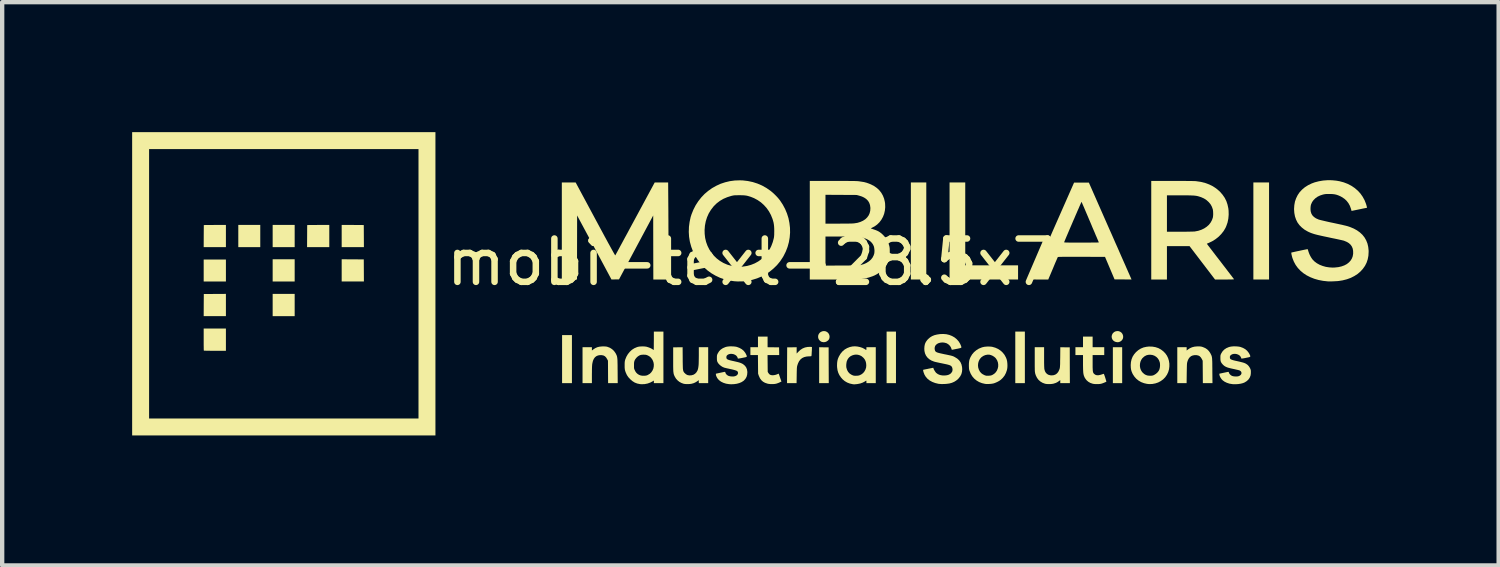
<source format=kicad_pcb>
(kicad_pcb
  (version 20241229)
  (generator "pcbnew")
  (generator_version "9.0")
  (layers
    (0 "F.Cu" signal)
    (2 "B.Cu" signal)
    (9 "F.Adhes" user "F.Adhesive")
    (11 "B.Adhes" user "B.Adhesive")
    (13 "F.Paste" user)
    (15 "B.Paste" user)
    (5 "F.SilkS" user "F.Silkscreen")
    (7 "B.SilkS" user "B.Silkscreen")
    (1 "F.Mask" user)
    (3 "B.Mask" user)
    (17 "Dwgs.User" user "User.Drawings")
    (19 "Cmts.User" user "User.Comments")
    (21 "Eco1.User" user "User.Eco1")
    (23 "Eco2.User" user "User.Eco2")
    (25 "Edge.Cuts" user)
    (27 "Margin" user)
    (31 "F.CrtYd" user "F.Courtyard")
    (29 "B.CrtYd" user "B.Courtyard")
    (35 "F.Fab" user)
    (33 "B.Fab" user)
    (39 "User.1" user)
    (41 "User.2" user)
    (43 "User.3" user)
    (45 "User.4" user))
  (footprint "mobi-text-28.5x7"
    (layer "F.Cu")
    (at 14.269 3.5)
    (property "Reference" "mobi-text-28.5x7" (at 0 -0.5 0) (unlocked yes) (layer "F.SilkS") (effects (font (size 1 1) (thickness 0.15))))
    (attr smd)
    (fp_poly (pts (xy -12.105 -0.053) (xy -12.618 -0.053) (xy -12.618 -0.56) (xy -12.105 -0.56)) (stroke (width 0) (type solid)) (fill yes) (layer "F.SilkS"))
    (fp_poly (pts (xy -11.312 -0.846) (xy -11.819 -0.846) (xy -11.819 -1.359) (xy -11.312 -1.359)) (stroke (width 0) (type solid)) (fill yes) (layer "F.SilkS"))
    (fp_poly (pts (xy -10.518 -0.846) (xy -11.026 -0.846) (xy -11.026 -1.359) (xy -10.518 -1.359)) (stroke (width 0) (type solid)) (fill yes) (layer "F.SilkS"))
    (fp_poly (pts (xy -10.518 -0.053) (xy -11.026 -0.053) (xy -11.026 -0.566) (xy -10.518 -0.566)) (stroke (width 0) (type solid)) (fill yes) (layer "F.SilkS"))
    (fp_poly (pts (xy -10.518 0.747) (xy -11.026 0.747) (xy -11.026 0.233) (xy -10.518 0.233)) (stroke (width 0) (type solid)) (fill yes) (layer "F.SilkS"))
    (fp_poly (pts (xy -8.923 -0.563) (xy -8.92 -0.053) (xy -9.433 -0.053) (xy -9.433 -0.566)) (stroke (width 0) (type solid)) (fill yes) (layer "F.SilkS"))
    (fp_poly (pts (xy -4.119 2.293) (xy -4.346 2.293) (xy -4.346 1.184) (xy -4.119 1.184)) (stroke (width 0) (type solid)) (fill yes) (layer "F.SilkS"))
    (fp_poly (pts (xy 3.36 2.293) (xy 3.144 2.293) (xy 3.144 1.103) (xy 3.36 1.103)) (stroke (width 0) (type solid)) (fill yes) (layer "F.SilkS"))
    (fp_poly (pts (xy 4.06 -0.099) (xy 3.704 -0.099) (xy 3.704 -2.339) (xy 4.06 -2.339)) (stroke (width 0) (type solid)) (fill yes) (layer "F.SilkS"))
    (fp_poly (pts (xy 6.335 2.293) (xy 6.114 2.293) (xy 6.114 1.103) (xy 6.335 1.103)) (stroke (width 0) (type solid)) (fill yes) (layer "F.SilkS"))
    (fp_poly (pts (xy 8.581 2.293) (xy 8.366 2.293) (xy 8.366 1.464) (xy 8.581 1.464)) (stroke (width 0) (type solid)) (fill yes) (layer "F.SilkS"))
    (fp_poly (pts (xy 11.971 -0.099) (xy 11.609 -0.099) (xy 11.609 -2.339) (xy 11.971 -2.339)) (stroke (width 0) (type solid)) (fill yes) (layer "F.SilkS"))
    (fp_poly (pts (xy -12.105 0.747) (xy -12.618 0.747) (xy -12.617 0.491) (xy -12.615 0.236) (xy -12.105 0.233)) (stroke (width 0) (type solid)) (fill yes) (layer "F.SilkS"))
    (fp_poly (pts (xy -9.719 -0.846) (xy -10.232 -0.846) (xy -10.229 -1.356) (xy -9.974 -1.358) (xy -9.719 -1.359)) (stroke (width 0) (type solid)) (fill yes) (layer "F.SilkS"))
    (fp_poly (pts (xy -9.178 -1.358) (xy -8.923 -1.356) (xy -8.92 -0.846) (xy -9.433 -0.846) (xy -9.433 -1.359)) (stroke (width 0) (type solid)) (fill yes) (layer "F.SilkS"))
    (fp_poly (pts (xy -12.105 -0.846) (xy -12.618 -0.846) (xy -12.617 -1.101) (xy -12.615 -1.356) (xy -12.36 -1.358) (xy -12.105 -1.359)) (stroke (width 0) (type solid)) (fill yes) (layer "F.SilkS"))
    (fp_poly (pts (xy 1.696 1.466) (xy 1.806 1.467) (xy 1.807 1.88) (xy 1.809 2.293) (xy 1.587 2.293) (xy 1.587 1.464)) (stroke (width 0) (type solid)) (fill yes) (layer "F.SilkS"))
    (fp_poly (pts (xy 4.959 -0.426) (xy 6.178 -0.426) (xy 6.178 -0.099) (xy 4.597 -0.099) (xy 4.597 -2.339) (xy 4.959 -2.339)) (stroke (width 0) (type solid)) (fill yes) (layer "F.SilkS"))
    (fp_poly (pts (xy -7.269 3.5) (xy -14.269 3.5) (xy -14.269 3.109) (xy -13.878 3.109) (xy -7.66 3.109) (xy -7.66 -3.109) (xy -13.878 -3.109) (xy -13.878 3.109) (xy -14.269 3.109) (xy -14.269 -3.5) (xy -7.269 -3.5)) (stroke (width 0) (type solid)) (fill yes) (layer "F.SilkS"))
    (fp_poly (pts (xy -12.105 1.546) (xy -12.358 1.546) (xy -12.411 1.546) (xy -12.461 1.546) (xy -12.505 1.545) (xy -12.544 1.545) (xy -12.575 1.544) (xy -12.598 1.543) (xy -12.612 1.543) (xy -12.614 1.542) (xy -12.615 1.536) (xy -12.616 1.519) (xy -12.617 1.492) (xy -12.617 1.458) (xy -12.618 1.417) (xy -12.618 1.371) (xy -12.618 1.32) (xy -12.618 1.285) (xy -12.618 1.033) (xy -12.105 1.033)) (stroke (width 0) (type solid)) (fill yes) (layer "F.SilkS"))
    (fp_poly (pts (xy 8.5 1.093) (xy 8.533 1.105) (xy 8.562 1.125) (xy 8.585 1.154) (xy 8.59 1.163) (xy 8.602 1.198) (xy 8.604 1.233) (xy 8.597 1.265) (xy 8.582 1.293) (xy 8.56 1.317) (xy 8.532 1.335) (xy 8.501 1.346) (xy 8.466 1.348) (xy 8.43 1.341) (xy 8.407 1.332) (xy 8.377 1.311) (xy 8.355 1.284) (xy 8.342 1.252) (xy 8.338 1.218) (xy 8.344 1.183) (xy 8.36 1.15) (xy 8.37 1.137) (xy 8.398 1.112) (xy 8.431 1.097) (xy 8.465 1.091)) (stroke (width 0) (type solid)) (fill yes) (layer "F.SilkS"))
    (fp_poly (pts (xy 1.731 1.095) (xy 1.762 1.108) (xy 1.789 1.128) (xy 1.81 1.155) (xy 1.823 1.186) (xy 1.828 1.222) (xy 1.825 1.248) (xy 1.819 1.27) (xy 1.81 1.287) (xy 1.795 1.305) (xy 1.792 1.308) (xy 1.76 1.331) (xy 1.724 1.345) (xy 1.684 1.348) (xy 1.648 1.341) (xy 1.625 1.33) (xy 1.602 1.311) (xy 1.583 1.289) (xy 1.572 1.269) (xy 1.563 1.232) (xy 1.565 1.195) (xy 1.577 1.161) (xy 1.599 1.132) (xy 1.625 1.111) (xy 1.661 1.096) (xy 1.697 1.091)) (stroke (width 0) (type solid)) (fill yes) (layer "F.SilkS"))
    (fp_poly (pts (xy 1.385 1.456) (xy 1.405 1.457) (xy 1.417 1.458) (xy 1.42 1.459) (xy 1.421 1.465) (xy 1.42 1.481) (xy 1.42 1.504) (xy 1.419 1.532) (xy 1.417 1.562) (xy 1.415 1.592) (xy 1.414 1.62) (xy 1.412 1.643) (xy 1.41 1.66) (xy 1.409 1.667) (xy 1.403 1.671) (xy 1.387 1.673) (xy 1.361 1.674) (xy 1.355 1.674) (xy 1.294 1.679) (xy 1.241 1.692) (xy 1.195 1.714) (xy 1.156 1.746) (xy 1.124 1.787) (xy 1.099 1.838) (xy 1.084 1.883) (xy 1.08 1.897) (xy 1.077 1.911) (xy 1.075 1.927) (xy 1.073 1.947) (xy 1.072 1.971) (xy 1.071 2.002) (xy 1.07 2.041) (xy 1.069 2.089) (xy 1.069 2.11) (xy 1.066 2.293) (xy 0.846 2.293) (xy 0.847 1.88) (xy 0.849 1.467) (xy 0.958 1.466) (xy 1.068 1.464) (xy 1.068 1.61) (xy 1.108 1.568) (xy 1.156 1.524) (xy 1.206 1.492) (xy 1.26 1.47) (xy 1.319 1.458) (xy 1.36 1.456)) (stroke (width 0) (type solid)) (fill yes) (layer "F.SilkS"))
    (fp_poly (pts (xy 0.397 1.464) (xy 0.662 1.467) (xy 0.664 1.556) (xy 0.665 1.645) (xy 0.396 1.645) (xy 0.398 1.839) (xy 0.4 2.033) (xy 0.416 2.06) (xy 0.437 2.087) (xy 0.466 2.104) (xy 0.501 2.111) (xy 0.543 2.109) (xy 0.574 2.103) (xy 0.597 2.096) (xy 0.619 2.088) (xy 0.63 2.083) (xy 0.644 2.076) (xy 0.651 2.075) (xy 0.655 2.079) (xy 0.656 2.081) (xy 0.659 2.09) (xy 0.666 2.108) (xy 0.674 2.132) (xy 0.684 2.161) (xy 0.688 2.174) (xy 0.717 2.256) (xy 0.672 2.277) (xy 0.645 2.289) (xy 0.616 2.299) (xy 0.591 2.307) (xy 0.589 2.307) (xy 0.55 2.313) (xy 0.505 2.315) (xy 0.458 2.314) (xy 0.415 2.309) (xy 0.393 2.304) (xy 0.337 2.285) (xy 0.291 2.259) (xy 0.252 2.224) (xy 0.221 2.181) (xy 0.197 2.128) (xy 0.194 2.121) (xy 0.178 2.074) (xy 0.176 1.859) (xy 0.174 1.645) (xy 0 1.645) (xy 0 1.464) (xy 0.175 1.464) (xy 0.175 1.219) (xy 0.397 1.219)) (stroke (width 0) (type solid)) (fill yes) (layer "F.SilkS"))
    (fp_poly (pts (xy -3.357 1.446) (xy -3.325 1.449) (xy -3.299 1.455) (xy -3.242 1.477) (xy -3.192 1.509) (xy -3.149 1.549) (xy -3.115 1.596) (xy -3.108 1.608) (xy -3.099 1.625) (xy -3.092 1.641) (xy -3.085 1.656) (xy -3.08 1.672) (xy -3.076 1.689) (xy -3.073 1.71) (xy -3.07 1.735) (xy -3.068 1.765) (xy -3.067 1.802) (xy -3.066 1.846) (xy -3.065 1.899) (xy -3.065 1.962) (xy -3.064 2.008) (xy -3.062 2.293) (xy -3.284 2.293) (xy -3.287 1.775) (xy -3.308 1.735) (xy -3.331 1.699) (xy -3.358 1.672) (xy -3.39 1.655) (xy -3.429 1.647) (xy -3.472 1.646) (xy -3.517 1.654) (xy -3.556 1.671) (xy -3.588 1.697) (xy -3.614 1.733) (xy -3.634 1.779) (xy -3.647 1.834) (xy -3.652 1.866) (xy -3.653 1.884) (xy -3.655 1.913) (xy -3.656 1.949) (xy -3.657 1.991) (xy -3.657 2.037) (xy -3.658 2.085) (xy -3.658 2.105) (xy -3.658 2.293) (xy -3.874 2.293) (xy -3.874 1.464) (xy -3.658 1.464) (xy -3.658 1.54) (xy -3.62 1.511) (xy -3.578 1.484) (xy -3.534 1.464) (xy -3.485 1.452) (xy -3.429 1.446) (xy -3.398 1.445)) (stroke (width 0) (type solid)) (fill yes) (layer "F.SilkS"))
    (fp_poly (pts (xy 10.364 1.445) (xy 10.388 1.447) (xy 10.409 1.45) (xy 10.43 1.456) (xy 10.445 1.461) (xy 10.499 1.484) (xy 10.544 1.514) (xy 10.582 1.552) (xy 10.614 1.599) (xy 10.62 1.61) (xy 10.628 1.627) (xy 10.636 1.642) (xy 10.642 1.656) (xy 10.647 1.671) (xy 10.651 1.688) (xy 10.654 1.708) (xy 10.657 1.732) (xy 10.658 1.761) (xy 10.66 1.796) (xy 10.661 1.839) (xy 10.661 1.89) (xy 10.662 1.95) (xy 10.662 2.005) (xy 10.665 2.293) (xy 10.443 2.293) (xy 10.441 2.034) (xy 10.439 1.776) (xy 10.419 1.735) (xy 10.396 1.699) (xy 10.37 1.672) (xy 10.337 1.655) (xy 10.298 1.647) (xy 10.255 1.646) (xy 10.21 1.654) (xy 10.172 1.67) (xy 10.139 1.697) (xy 10.113 1.732) (xy 10.092 1.778) (xy 10.083 1.81) (xy 10.08 1.822) (xy 10.078 1.837) (xy 10.076 1.857) (xy 10.075 1.883) (xy 10.074 1.916) (xy 10.073 1.956) (xy 10.072 2.006) (xy 10.071 2.067) (xy 10.071 2.07) (xy 10.068 2.293) (xy 9.853 2.293) (xy 9.853 1.464) (xy 10.069 1.464) (xy 10.069 1.54) (xy 10.098 1.517) (xy 10.144 1.487) (xy 10.194 1.465) (xy 10.249 1.451) (xy 10.311 1.445) (xy 10.332 1.445)) (stroke (width 0) (type solid)) (fill yes) (layer "F.SilkS"))
    (fp_poly (pts (xy -3.579 -1.494) (xy -3.516 -1.377) (xy -3.459 -1.271) (xy -3.407 -1.175) (xy -3.36 -1.087) (xy -3.317 -1.009) (xy -3.28 -0.94) (xy -3.246 -0.879) (xy -3.217 -0.826) (xy -3.192 -0.781) (xy -3.171 -0.743) (xy -3.154 -0.713) (xy -3.14 -0.689) (xy -3.13 -0.672) (xy -3.123 -0.661) (xy -3.119 -0.656) (xy -3.118 -0.656) (xy -3.115 -0.662) (xy -3.106 -0.678) (xy -3.093 -0.702) (xy -3.074 -0.736) (xy -3.052 -0.777) (xy -3.025 -0.827) (xy -2.995 -0.883) (xy -2.961 -0.945) (xy -2.924 -1.014) (xy -2.884 -1.088) (xy -2.841 -1.166) (xy -2.797 -1.249) (xy -2.75 -1.336) (xy -2.701 -1.426) (xy -2.66 -1.502) (xy -2.208 -2.339) (xy -2.053 -2.339) (xy -1.898 -2.339) (xy -1.894 -1.77) (xy -1.893 -1.672) (xy -1.893 -1.566) (xy -1.892 -1.453) (xy -1.892 -1.335) (xy -1.891 -1.216) (xy -1.891 -1.097) (xy -1.891 -0.98) (xy -1.89 -0.867) (xy -1.89 -0.762) (xy -1.89 -0.665) (xy -1.89 -0.649) (xy -1.89 -0.099) (xy -2.24 -0.099) (xy -2.242 -0.838) (xy -2.243 -1.577) (xy -3.032 -0.102) (xy -3.119 -0.101) (xy -3.206 -0.099) (xy -3.602 -0.838) (xy -3.999 -1.577) (xy -4.002 -0.099) (xy -4.352 -0.099) (xy -4.352 -2.339) (xy -4.033 -2.339)) (stroke (width 0) (type solid)) (fill yes) (layer "F.SilkS"))
    (fp_poly (pts (xy 7.262 1.466) (xy 7.371 1.467) (xy 7.372 1.88) (xy 7.374 2.293) (xy 7.152 2.293) (xy 7.152 2.222) (xy 7.122 2.245) (xy 7.085 2.27) (xy 7.049 2.288) (xy 7.008 2.301) (xy 6.996 2.305) (xy 6.96 2.311) (xy 6.918 2.315) (xy 6.874 2.315) (xy 6.834 2.312) (xy 6.802 2.307) (xy 6.745 2.286) (xy 6.694 2.256) (xy 6.65 2.217) (xy 6.615 2.17) (xy 6.588 2.115) (xy 6.574 2.073) (xy 6.572 2.062) (xy 6.57 2.051) (xy 6.568 2.038) (xy 6.566 2.023) (xy 6.565 2.004) (xy 6.564 1.981) (xy 6.564 1.951) (xy 6.563 1.914) (xy 6.563 1.87) (xy 6.563 1.816) (xy 6.563 1.751) (xy 6.563 1.464) (xy 6.779 1.464) (xy 6.779 1.699) (xy 6.779 1.763) (xy 6.779 1.82) (xy 6.78 1.869) (xy 6.781 1.91) (xy 6.783 1.941) (xy 6.784 1.962) (xy 6.785 1.969) (xy 6.798 2.016) (xy 6.819 2.053) (xy 6.848 2.082) (xy 6.883 2.102) (xy 6.925 2.112) (xy 6.954 2.114) (xy 7.001 2.109) (xy 7.041 2.094) (xy 7.076 2.069) (xy 7.105 2.034) (xy 7.127 1.989) (xy 7.139 1.956) (xy 7.141 1.945) (xy 7.143 1.933) (xy 7.145 1.916) (xy 7.146 1.895) (xy 7.148 1.867) (xy 7.149 1.833) (xy 7.149 1.79) (xy 7.15 1.738) (xy 7.151 1.693) (xy 7.153 1.464)) (stroke (width 0) (type solid)) (fill yes) (layer "F.SilkS"))
    (fp_poly (pts (xy -1.562 1.722) (xy -1.562 1.788) (xy -1.561 1.843) (xy -1.56 1.888) (xy -1.559 1.925) (xy -1.558 1.955) (xy -1.555 1.979) (xy -1.552 1.998) (xy -1.548 2.013) (xy -1.543 2.025) (xy -1.537 2.036) (xy -1.53 2.046) (xy -1.521 2.057) (xy -1.519 2.058) (xy -1.488 2.087) (xy -1.453 2.106) (xy -1.412 2.114) (xy -1.367 2.113) (xy -1.358 2.111) (xy -1.314 2.099) (xy -1.277 2.076) (xy -1.246 2.044) (xy -1.222 2.004) (xy -1.214 1.982) (xy -1.208 1.961) (xy -1.203 1.936) (xy -1.199 1.908) (xy -1.195 1.874) (xy -1.193 1.834) (xy -1.192 1.786) (xy -1.191 1.729) (xy -1.19 1.661) (xy -1.19 1.649) (xy -1.19 1.464) (xy -0.974 1.464) (xy -0.974 2.293) (xy -1.19 2.293) (xy -1.193 2.223) (xy -1.219 2.244) (xy -1.259 2.27) (xy -1.305 2.292) (xy -1.353 2.306) (xy -1.357 2.307) (xy -1.392 2.312) (xy -1.432 2.315) (xy -1.474 2.315) (xy -1.512 2.312) (xy -1.541 2.307) (xy -1.591 2.289) (xy -1.639 2.263) (xy -1.681 2.229) (xy -1.717 2.189) (xy -1.743 2.146) (xy -1.752 2.128) (xy -1.759 2.112) (xy -1.765 2.096) (xy -1.77 2.08) (xy -1.773 2.063) (xy -1.776 2.042) (xy -1.779 2.018) (xy -1.78 1.988) (xy -1.781 1.952) (xy -1.782 1.909) (xy -1.782 1.857) (xy -1.782 1.795) (xy -1.782 1.75) (xy -1.782 1.467) (xy -1.564 1.464)) (stroke (width 0) (type solid)) (fill yes) (layer "F.SilkS"))
    (fp_poly (pts (xy 7.899 1.464) (xy 8.167 1.464) (xy 8.167 1.645) (xy 7.899 1.645) (xy 7.899 1.825) (xy 7.899 1.882) (xy 7.899 1.929) (xy 7.901 1.967) (xy 7.902 1.997) (xy 7.905 2.021) (xy 7.909 2.039) (xy 7.914 2.053) (xy 7.921 2.065) (xy 7.929 2.075) (xy 7.936 2.081) (xy 7.962 2.1) (xy 7.993 2.11) (xy 8.031 2.111) (xy 8.074 2.103) (xy 8.104 2.094) (xy 8.127 2.086) (xy 8.145 2.081) (xy 8.156 2.078) (xy 8.158 2.078) (xy 8.161 2.085) (xy 8.167 2.101) (xy 8.175 2.123) (xy 8.184 2.149) (xy 8.193 2.177) (xy 8.201 2.204) (xy 8.208 2.227) (xy 8.214 2.246) (xy 8.216 2.256) (xy 8.217 2.258) (xy 8.209 2.263) (xy 8.194 2.27) (xy 8.173 2.279) (xy 8.149 2.289) (xy 8.124 2.298) (xy 8.102 2.305) (xy 8.094 2.307) (xy 8.066 2.312) (xy 8.03 2.315) (xy 7.991 2.315) (xy 7.953 2.314) (xy 7.919 2.31) (xy 7.903 2.307) (xy 7.846 2.288) (xy 7.798 2.26) (xy 7.757 2.224) (xy 7.725 2.18) (xy 7.715 2.163) (xy 7.706 2.142) (xy 7.698 2.123) (xy 7.692 2.102) (xy 7.687 2.078) (xy 7.683 2.051) (xy 7.681 2.018) (xy 7.679 1.979) (xy 7.678 1.932) (xy 7.677 1.875) (xy 7.677 1.836) (xy 7.677 1.645) (xy 7.502 1.645) (xy 7.502 1.464) (xy 7.677 1.464) (xy 7.677 1.219) (xy 7.899 1.219)) (stroke (width 0) (type solid)) (fill yes) (layer "F.SilkS"))
    (fp_poly (pts (xy 9.276 1.45) (xy 9.348 1.462) (xy 9.415 1.484) (xy 9.476 1.517) (xy 9.532 1.56) (xy 9.576 1.605) (xy 9.613 1.657) (xy 9.641 1.715) (xy 9.66 1.777) (xy 9.67 1.842) (xy 9.67 1.908) (xy 9.662 1.974) (xy 9.644 2.037) (xy 9.616 2.096) (xy 9.613 2.101) (xy 9.574 2.157) (xy 9.527 2.205) (xy 9.472 2.245) (xy 9.412 2.277) (xy 9.347 2.299) (xy 9.278 2.312) (xy 9.208 2.315) (xy 9.155 2.31) (xy 9.085 2.294) (xy 9.019 2.269) (xy 8.96 2.235) (xy 8.907 2.192) (xy 8.862 2.141) (xy 8.825 2.084) (xy 8.817 2.067) (xy 8.798 2.022) (xy 8.786 1.979) (xy 8.78 1.932) (xy 8.779 1.897) (xy 8.99 1.897) (xy 8.997 1.945) (xy 9.013 1.991) (xy 9.039 2.033) (xy 9.056 2.052) (xy 9.092 2.084) (xy 9.129 2.105) (xy 9.171 2.118) (xy 9.219 2.122) (xy 9.232 2.122) (xy 9.26 2.121) (xy 9.28 2.118) (xy 9.298 2.113) (xy 9.318 2.104) (xy 9.323 2.101) (xy 9.36 2.078) (xy 9.394 2.048) (xy 9.422 2.013) (xy 9.439 1.979) (xy 9.45 1.938) (xy 9.455 1.892) (xy 9.454 1.846) (xy 9.448 1.811) (xy 9.429 1.761) (xy 9.401 1.719) (xy 9.366 1.685) (xy 9.324 1.659) (xy 9.277 1.643) (xy 9.226 1.637) (xy 9.181 1.64) (xy 9.141 1.65) (xy 9.103 1.67) (xy 9.084 1.683) (xy 9.048 1.716) (xy 9.021 1.756) (xy 9.002 1.8) (xy 8.992 1.848) (xy 8.99 1.897) (xy 8.779 1.897) (xy 8.778 1.879) (xy 8.778 1.878) (xy 8.783 1.807) (xy 8.798 1.742) (xy 8.822 1.682) (xy 8.857 1.627) (xy 8.899 1.578) (xy 8.953 1.531) (xy 9.011 1.495) (xy 9.074 1.469) (xy 9.142 1.454) (xy 9.199 1.448)) (stroke (width 0) (type solid)) (fill yes) (layer "F.SilkS"))
    (fp_poly (pts (xy 2.471 1.448) (xy 2.529 1.46) (xy 2.584 1.478) (xy 2.633 1.503) (xy 2.637 1.506) (xy 2.654 1.517) (xy 2.668 1.525) (xy 2.675 1.528) (xy 2.675 1.528) (xy 2.676 1.523) (xy 2.677 1.51) (xy 2.678 1.496) (xy 2.678 1.464) (xy 2.894 1.464) (xy 2.894 2.293) (xy 2.678 2.293) (xy 2.678 2.263) (xy 2.677 2.247) (xy 2.676 2.236) (xy 2.675 2.234) (xy 2.669 2.237) (xy 2.656 2.245) (xy 2.639 2.256) (xy 2.636 2.258) (xy 2.591 2.281) (xy 2.538 2.3) (xy 2.48 2.312) (xy 2.451 2.316) (xy 2.426 2.318) (xy 2.407 2.32) (xy 2.394 2.321) (xy 2.392 2.321) (xy 2.385 2.32) (xy 2.37 2.318) (xy 2.356 2.316) (xy 2.294 2.302) (xy 2.234 2.279) (xy 2.178 2.246) (xy 2.129 2.205) (xy 2.091 2.162) (xy 2.054 2.108) (xy 2.028 2.053) (xy 2.011 1.995) (xy 2.002 1.932) (xy 2 1.899) (xy 2.212 1.899) (xy 2.215 1.932) (xy 2.216 1.937) (xy 2.232 1.989) (xy 2.256 2.033) (xy 2.289 2.07) (xy 2.331 2.098) (xy 2.368 2.115) (xy 2.393 2.121) (xy 2.424 2.123) (xy 2.458 2.122) (xy 2.491 2.119) (xy 2.518 2.112) (xy 2.563 2.09) (xy 2.602 2.06) (xy 2.633 2.022) (xy 2.656 1.979) (xy 2.671 1.931) (xy 2.675 1.88) (xy 2.67 1.828) (xy 2.659 1.787) (xy 2.643 1.752) (xy 2.62 1.72) (xy 2.606 1.705) (xy 2.569 1.673) (xy 2.527 1.651) (xy 2.483 1.638) (xy 2.438 1.634) (xy 2.393 1.639) (xy 2.351 1.652) (xy 2.311 1.672) (xy 2.276 1.701) (xy 2.248 1.737) (xy 2.228 1.78) (xy 2.225 1.787) (xy 2.218 1.821) (xy 2.213 1.86) (xy 2.212 1.899) (xy 2 1.899) (xy 2 1.881) (xy 2.002 1.826) (xy 2.008 1.779) (xy 2.019 1.735) (xy 2.036 1.693) (xy 2.044 1.676) (xy 2.081 1.614) (xy 2.125 1.561) (xy 2.176 1.517) (xy 2.233 1.484) (xy 2.297 1.459) (xy 2.358 1.446) (xy 2.413 1.443)) (stroke (width 0) (type solid)) (fill yes) (layer "F.SilkS"))
    (fp_poly (pts (xy 5.557 1.451) (xy 5.583 1.455) (xy 5.653 1.475) (xy 5.717 1.504) (xy 5.774 1.542) (xy 5.824 1.588) (xy 5.866 1.641) (xy 5.898 1.701) (xy 5.914 1.741) (xy 5.925 1.786) (xy 5.931 1.838) (xy 5.933 1.892) (xy 5.93 1.943) (xy 5.922 1.988) (xy 5.899 2.056) (xy 5.867 2.118) (xy 5.824 2.173) (xy 5.782 2.213) (xy 5.752 2.235) (xy 5.715 2.257) (xy 5.673 2.277) (xy 5.633 2.293) (xy 5.605 2.301) (xy 5.571 2.307) (xy 5.531 2.311) (xy 5.489 2.313) (xy 5.449 2.313) (xy 5.417 2.31) (xy 5.345 2.293) (xy 5.278 2.267) (xy 5.218 2.231) (xy 5.166 2.188) (xy 5.121 2.136) (xy 5.085 2.076) (xy 5.058 2.01) (xy 5.057 2.007) (xy 5.051 1.987) (xy 5.047 1.968) (xy 5.045 1.947) (xy 5.044 1.921) (xy 5.043 1.886) (xy 5.043 1.881) (xy 5.043 1.879) (xy 5.253 1.879) (xy 5.257 1.928) (xy 5.271 1.976) (xy 5.294 2.021) (xy 5.302 2.032) (xy 5.329 2.063) (xy 5.363 2.088) (xy 5.404 2.109) (xy 5.406 2.11) (xy 5.424 2.116) (xy 5.44 2.121) (xy 5.459 2.122) (xy 5.483 2.122) (xy 5.495 2.122) (xy 5.525 2.12) (xy 5.546 2.117) (xy 5.565 2.112) (xy 5.584 2.104) (xy 5.586 2.103) (xy 5.628 2.077) (xy 5.663 2.043) (xy 5.69 2.003) (xy 5.708 1.959) (xy 5.719 1.912) (xy 5.72 1.863) (xy 5.713 1.816) (xy 5.696 1.769) (xy 5.67 1.727) (xy 5.655 1.709) (xy 5.626 1.684) (xy 5.589 1.661) (xy 5.551 1.645) (xy 5.516 1.636) (xy 5.468 1.636) (xy 5.42 1.646) (xy 5.374 1.666) (xy 5.333 1.695) (xy 5.326 1.701) (xy 5.295 1.738) (xy 5.272 1.782) (xy 5.258 1.829) (xy 5.253 1.879) (xy 5.043 1.879) (xy 5.044 1.834) (xy 5.048 1.795) (xy 5.054 1.761) (xy 5.065 1.728) (xy 5.079 1.695) (xy 5.082 1.689) (xy 5.117 1.63) (xy 5.161 1.578) (xy 5.213 1.534) (xy 5.272 1.497) (xy 5.338 1.47) (xy 5.356 1.464) (xy 5.401 1.454) (xy 5.453 1.449) (xy 5.506 1.448)) (stroke (width 0) (type solid)) (fill yes) (layer "F.SilkS"))
    (fp_poly (pts (xy -2.007 2.293) (xy -2.228 2.293) (xy -2.228 2.233) (xy -2.247 2.246) (xy -2.307 2.278) (xy -2.373 2.302) (xy -2.441 2.315) (xy -2.51 2.318) (xy -2.548 2.315) (xy -2.611 2.302) (xy -2.669 2.28) (xy -2.723 2.246) (xy -2.774 2.202) (xy -2.777 2.199) (xy -2.818 2.154) (xy -2.85 2.106) (xy -2.875 2.052) (xy -2.889 2.013) (xy -2.894 1.993) (xy -2.898 1.975) (xy -2.9 1.955) (xy -2.902 1.93) (xy -2.902 1.898) (xy -2.902 1.881) (xy -2.686 1.881) (xy -2.686 1.913) (xy -2.686 1.936) (xy -2.684 1.952) (xy -2.681 1.966) (xy -2.675 1.98) (xy -2.668 1.995) (xy -2.65 2.03) (xy -2.63 2.056) (xy -2.606 2.078) (xy -2.596 2.086) (xy -2.564 2.104) (xy -2.531 2.116) (xy -2.494 2.122) (xy -2.456 2.122) (xy -2.427 2.121) (xy -2.406 2.118) (xy -2.389 2.113) (xy -2.37 2.106) (xy -2.362 2.101) (xy -2.319 2.075) (xy -2.285 2.04) (xy -2.258 1.999) (xy -2.239 1.954) (xy -2.23 1.906) (xy -2.229 1.856) (xy -2.238 1.807) (xy -2.257 1.76) (xy -2.269 1.74) (xy -2.292 1.709) (xy -2.316 1.685) (xy -2.347 1.665) (xy -2.368 1.654) (xy -2.387 1.646) (xy -2.403 1.641) (xy -2.42 1.638) (xy -2.441 1.637) (xy -2.465 1.636) (xy -2.493 1.637) (xy -2.514 1.639) (xy -2.531 1.642) (xy -2.548 1.648) (xy -2.56 1.653) (xy -2.596 1.675) (xy -2.629 1.706) (xy -2.657 1.741) (xy -2.673 1.772) (xy -2.678 1.788) (xy -2.682 1.803) (xy -2.685 1.822) (xy -2.686 1.845) (xy -2.686 1.877) (xy -2.686 1.881) (xy -2.902 1.881) (xy -2.902 1.845) (xy -2.901 1.818) (xy -2.899 1.796) (xy -2.896 1.777) (xy -2.891 1.759) (xy -2.889 1.75) (xy -2.862 1.683) (xy -2.827 1.623) (xy -2.784 1.57) (xy -2.735 1.524) (xy -2.679 1.488) (xy -2.618 1.462) (xy -2.596 1.455) (xy -2.564 1.449) (xy -2.524 1.446) (xy -2.481 1.445) (xy -2.438 1.447) (xy -2.401 1.452) (xy -2.39 1.455) (xy -2.357 1.465) (xy -2.322 1.478) (xy -2.289 1.493) (xy -2.262 1.509) (xy -2.254 1.514) (xy -2.241 1.523) (xy -2.233 1.528) (xy -2.232 1.528) (xy -2.231 1.523) (xy -2.23 1.507) (xy -2.23 1.482) (xy -2.229 1.449) (xy -2.229 1.41) (xy -2.229 1.365) (xy -2.228 1.316) (xy -2.228 1.103) (xy -2.007 1.103)) (stroke (width 0) (type solid)) (fill yes) (layer "F.SilkS"))
    (fp_poly (pts (xy 9.837 -2.374) (xy 9.923 -2.374) (xy 10.003 -2.374) (xy 10.073 -2.373) (xy 10.135 -2.372) (xy 10.188 -2.372) (xy 10.231 -2.371) (xy 10.263 -2.37) (xy 10.284 -2.369) (xy 10.289 -2.368) (xy 10.397 -2.352) (xy 10.497 -2.327) (xy 10.589 -2.293) (xy 10.674 -2.251) (xy 10.751 -2.2) (xy 10.822 -2.14) (xy 10.839 -2.124) (xy 10.898 -2.056) (xy 10.947 -1.985) (xy 10.985 -1.91) (xy 11.012 -1.829) (xy 11.031 -1.742) (xy 11.037 -1.687) (xy 11.039 -1.594) (xy 11.031 -1.503) (xy 11.013 -1.415) (xy 10.984 -1.332) (xy 10.965 -1.289) (xy 10.923 -1.218) (xy 10.871 -1.152) (xy 10.811 -1.09) (xy 10.743 -1.035) (xy 10.67 -0.988) (xy 10.591 -0.949) (xy 10.575 -0.942) (xy 10.556 -0.934) (xy 10.542 -0.928) (xy 10.536 -0.924) (xy 10.536 -0.924) (xy 10.539 -0.919) (xy 10.549 -0.906) (xy 10.565 -0.884) (xy 10.587 -0.856) (xy 10.614 -0.82) (xy 10.646 -0.779) (xy 10.681 -0.733) (xy 10.72 -0.682) (xy 10.762 -0.627) (xy 10.807 -0.569) (xy 10.847 -0.518) (xy 10.893 -0.457) (xy 10.938 -0.399) (xy 10.98 -0.345) (xy 11.018 -0.294) (xy 11.054 -0.248) (xy 11.085 -0.207) (xy 11.112 -0.172) (xy 11.133 -0.144) (xy 11.149 -0.123) (xy 11.159 -0.111) (xy 11.162 -0.106) (xy 11.161 -0.105) (xy 11.155 -0.103) (xy 11.142 -0.102) (xy 11.123 -0.101) (xy 11.096 -0.1) (xy 11.06 -0.1) (xy 11.014 -0.099) (xy 10.958 -0.099) (xy 10.945 -0.099) (xy 10.724 -0.099) (xy 10.43 -0.484) (xy 10.136 -0.869) (xy 9.614 -0.869) (xy 9.614 -0.099) (xy 9.252 -0.099) (xy 9.252 -2.042) (xy 9.614 -2.042) (xy 9.614 -1.202) (xy 9.914 -1.202) (xy 9.984 -1.202) (xy 10.049 -1.202) (xy 10.106 -1.203) (xy 10.157 -1.204) (xy 10.198 -1.205) (xy 10.23 -1.206) (xy 10.252 -1.207) (xy 10.259 -1.208) (xy 10.337 -1.223) (xy 10.409 -1.247) (xy 10.474 -1.278) (xy 10.531 -1.316) (xy 10.581 -1.36) (xy 10.621 -1.411) (xy 10.652 -1.467) (xy 10.673 -1.525) (xy 10.678 -1.555) (xy 10.681 -1.592) (xy 10.681 -1.633) (xy 10.679 -1.672) (xy 10.675 -1.706) (xy 10.673 -1.718) (xy 10.651 -1.78) (xy 10.62 -1.836) (xy 10.578 -1.886) (xy 10.528 -1.931) (xy 10.47 -1.969) (xy 10.403 -1.999) (xy 10.372 -2.009) (xy 10.35 -2.016) (xy 10.329 -2.022) (xy 10.307 -2.027) (xy 10.284 -2.031) (xy 10.259 -2.034) (xy 10.231 -2.037) (xy 10.197 -2.038) (xy 10.158 -2.04) (xy 10.112 -2.041) (xy 10.057 -2.041) (xy 9.994 -2.042) (xy 9.919 -2.042) (xy 9.913 -2.042) (xy 9.614 -2.042) (xy 9.252 -2.042) (xy 9.252 -2.374) (xy 9.743 -2.374)) (stroke (width 0) (type solid)) (fill yes) (layer "F.SilkS"))
    (fp_poly (pts (xy -0.383 1.446) (xy -0.341 1.451) (xy -0.312 1.457) (xy -0.251 1.48) (xy -0.198 1.51) (xy -0.154 1.547) (xy -0.119 1.592) (xy -0.105 1.617) (xy -0.093 1.642) (xy -0.085 1.66) (xy -0.082 1.673) (xy -0.086 1.683) (xy -0.097 1.69) (xy -0.117 1.696) (xy -0.146 1.702) (xy -0.177 1.708) (xy -0.216 1.716) (xy -0.245 1.721) (xy -0.265 1.724) (xy -0.279 1.726) (xy -0.287 1.725) (xy -0.29 1.723) (xy -0.292 1.719) (xy -0.292 1.716) (xy -0.295 1.706) (xy -0.302 1.69) (xy -0.309 1.679) (xy -0.33 1.654) (xy -0.36 1.636) (xy -0.393 1.623) (xy -0.43 1.617) (xy -0.466 1.618) (xy -0.499 1.626) (xy -0.527 1.641) (xy -0.535 1.648) (xy -0.548 1.663) (xy -0.553 1.678) (xy -0.554 1.692) (xy -0.554 1.708) (xy -0.551 1.721) (xy -0.544 1.732) (xy -0.533 1.742) (xy -0.517 1.75) (xy -0.493 1.759) (xy -0.461 1.768) (xy -0.419 1.778) (xy -0.386 1.785) (xy -0.334 1.797) (xy -0.292 1.807) (xy -0.258 1.816) (xy -0.231 1.825) (xy -0.209 1.834) (xy -0.19 1.843) (xy -0.172 1.853) (xy -0.163 1.86) (xy -0.125 1.892) (xy -0.097 1.931) (xy -0.079 1.975) (xy -0.071 2.025) (xy -0.07 2.044) (xy -0.075 2.1) (xy -0.089 2.149) (xy -0.114 2.193) (xy -0.149 2.232) (xy -0.16 2.241) (xy -0.203 2.269) (xy -0.255 2.291) (xy -0.314 2.307) (xy -0.377 2.316) (xy -0.445 2.319) (xy -0.493 2.316) (xy -0.562 2.305) (xy -0.624 2.285) (xy -0.679 2.258) (xy -0.724 2.224) (xy -0.727 2.221) (xy -0.75 2.196) (xy -0.77 2.166) (xy -0.785 2.136) (xy -0.794 2.109) (xy -0.796 2.096) (xy -0.796 2.075) (xy -0.694 2.053) (xy -0.661 2.046) (xy -0.632 2.04) (xy -0.608 2.035) (xy -0.592 2.033) (xy -0.586 2.033) (xy -0.58 2.039) (xy -0.576 2.053) (xy -0.576 2.053) (xy -0.567 2.074) (xy -0.55 2.095) (xy -0.528 2.113) (xy -0.504 2.126) (xy -0.503 2.126) (xy -0.468 2.135) (xy -0.428 2.139) (xy -0.389 2.139) (xy -0.356 2.133) (xy -0.355 2.133) (xy -0.325 2.12) (xy -0.303 2.102) (xy -0.289 2.08) (xy -0.286 2.062) (xy -0.287 2.045) (xy -0.291 2.032) (xy -0.3 2.02) (xy -0.313 2.01) (xy -0.334 2.001) (xy -0.362 1.992) (xy -0.399 1.982) (xy -0.446 1.971) (xy -0.459 1.969) (xy -0.496 1.96) (xy -0.531 1.953) (xy -0.561 1.946) (xy -0.584 1.94) (xy -0.599 1.937) (xy -0.601 1.936) (xy -0.642 1.919) (xy -0.681 1.894) (xy -0.716 1.864) (xy -0.745 1.831) (xy -0.76 1.804) (xy -0.766 1.789) (xy -0.77 1.774) (xy -0.772 1.754) (xy -0.773 1.728) (xy -0.773 1.712) (xy -0.773 1.683) (xy -0.772 1.663) (xy -0.769 1.647) (xy -0.765 1.632) (xy -0.757 1.615) (xy -0.751 1.603) (xy -0.722 1.557) (xy -0.684 1.518) (xy -0.636 1.486) (xy -0.58 1.462) (xy -0.554 1.454) (xy -0.519 1.448) (xy -0.476 1.444) (xy -0.43 1.444)) (stroke (width 0) (type solid)) (fill yes) (layer "F.SilkS"))
    (fp_poly (pts (xy 8.287 -1.257) (xy 8.335 -1.15) (xy 8.381 -1.045) (xy 8.425 -0.944) (xy 8.469 -0.846) (xy 8.51 -0.752) (xy 8.549 -0.663) (xy 8.586 -0.579) (xy 8.621 -0.5) (xy 8.653 -0.428) (xy 8.681 -0.363) (xy 8.707 -0.305) (xy 8.729 -0.254) (xy 8.748 -0.212) (xy 8.762 -0.179) (xy 8.773 -0.155) (xy 8.779 -0.141) (xy 8.78 -0.138) (xy 8.797 -0.099) (xy 8.601 -0.101) (xy 8.405 -0.102) (xy 8.295 -0.362) (xy 8.185 -0.621) (xy 7.643 -0.623) (xy 7.548 -0.623) (xy 7.464 -0.623) (xy 7.39 -0.623) (xy 7.326 -0.623) (xy 7.271 -0.623) (xy 7.225 -0.623) (xy 7.187 -0.622) (xy 7.157 -0.622) (xy 7.133 -0.621) (xy 7.116 -0.62) (xy 7.104 -0.619) (xy 7.098 -0.618) (xy 7.096 -0.617) (xy 7.092 -0.61) (xy 7.085 -0.594) (xy 7.074 -0.569) (xy 7.06 -0.536) (xy 7.043 -0.498) (xy 7.024 -0.453) (xy 7.004 -0.405) (xy 6.983 -0.354) (xy 6.875 -0.099) (xy 6.681 -0.099) (xy 6.635 -0.099) (xy 6.593 -0.099) (xy 6.556 -0.1) (xy 6.525 -0.1) (xy 6.503 -0.1) (xy 6.49 -0.101) (xy 6.487 -0.101) (xy 6.489 -0.107) (xy 6.496 -0.122) (xy 6.507 -0.148) (xy 6.522 -0.182) (xy 6.541 -0.226) (xy 6.564 -0.277) (xy 6.59 -0.336) (xy 6.619 -0.402) (xy 6.651 -0.475) (xy 6.686 -0.555) (xy 6.723 -0.64) (xy 6.763 -0.73) (xy 6.805 -0.825) (xy 6.849 -0.924) (xy 6.864 -0.959) (xy 7.242 -0.959) (xy 7.243 -0.957) (xy 7.247 -0.956) (xy 7.254 -0.955) (xy 7.265 -0.954) (xy 7.281 -0.953) (xy 7.302 -0.952) (xy 7.33 -0.952) (xy 7.365 -0.951) (xy 7.408 -0.951) (xy 7.459 -0.951) (xy 7.521 -0.951) (xy 7.592 -0.951) (xy 7.642 -0.951) (xy 7.709 -0.951) (xy 7.773 -0.951) (xy 7.832 -0.951) (xy 7.886 -0.952) (xy 7.933 -0.952) (xy 7.973 -0.953) (xy 8.005 -0.953) (xy 8.028 -0.954) (xy 8.04 -0.955) (xy 8.043 -0.955) (xy 8.04 -0.961) (xy 8.033 -0.977) (xy 8.023 -1.002) (xy 8.008 -1.036) (xy 7.991 -1.077) (xy 7.97 -1.124) (xy 7.948 -1.178) (xy 7.922 -1.238) (xy 7.895 -1.301) (xy 7.867 -1.369) (xy 7.844 -1.423) (xy 7.814 -1.493) (xy 7.786 -1.56) (xy 7.759 -1.622) (xy 7.734 -1.681) (xy 7.712 -1.733) (xy 7.692 -1.78) (xy 7.675 -1.819) (xy 7.661 -1.851) (xy 7.651 -1.874) (xy 7.645 -1.888) (xy 7.643 -1.891) (xy 7.64 -1.887) (xy 7.634 -1.872) (xy 7.623 -1.849) (xy 7.609 -1.817) (xy 7.592 -1.779) (xy 7.573 -1.734) (xy 7.551 -1.685) (xy 7.528 -1.631) (xy 7.503 -1.574) (xy 7.478 -1.514) (xy 7.451 -1.454) (xy 7.425 -1.392) (xy 7.399 -1.332) (xy 7.373 -1.272) (xy 7.349 -1.215) (xy 7.326 -1.161) (xy 7.305 -1.112) (xy 7.286 -1.067) (xy 7.27 -1.029) (xy 7.257 -0.998) (xy 7.247 -0.974) (xy 7.242 -0.961) (xy 7.242 -0.959) (xy 6.864 -0.959) (xy 6.894 -1.027) (xy 6.941 -1.133) (xy 6.979 -1.22) (xy 7.471 -2.336) (xy 7.812 -2.336)) (stroke (width 0) (type solid)) (fill yes) (layer "F.SilkS"))
    (fp_poly (pts (xy 11.237 1.446) (xy 11.279 1.451) (xy 11.308 1.457) (xy 11.37 1.48) (xy 11.423 1.51) (xy 11.466 1.547) (xy 11.501 1.592) (xy 11.516 1.617) (xy 11.528 1.642) (xy 11.536 1.66) (xy 11.538 1.673) (xy 11.535 1.683) (xy 11.523 1.69) (xy 11.504 1.696) (xy 11.474 1.702) (xy 11.444 1.708) (xy 11.405 1.716) (xy 11.376 1.721) (xy 11.356 1.724) (xy 11.342 1.726) (xy 11.334 1.725) (xy 11.33 1.723) (xy 11.329 1.719) (xy 11.329 1.716) (xy 11.326 1.706) (xy 11.318 1.69) (xy 11.312 1.679) (xy 11.29 1.654) (xy 11.261 1.636) (xy 11.227 1.623) (xy 11.191 1.617) (xy 11.155 1.618) (xy 11.122 1.626) (xy 11.094 1.641) (xy 11.086 1.648) (xy 11.073 1.663) (xy 11.067 1.678) (xy 11.067 1.692) (xy 11.067 1.708) (xy 11.07 1.721) (xy 11.076 1.732) (xy 11.087 1.742) (xy 11.104 1.75) (xy 11.128 1.759) (xy 11.16 1.768) (xy 11.201 1.778) (xy 11.235 1.785) (xy 11.288 1.797) (xy 11.332 1.808) (xy 11.367 1.817) (xy 11.396 1.826) (xy 11.419 1.836) (xy 11.438 1.845) (xy 11.455 1.857) (xy 11.472 1.869) (xy 11.481 1.877) (xy 11.502 1.9) (xy 11.521 1.928) (xy 11.537 1.958) (xy 11.547 1.985) (xy 11.547 1.986) (xy 11.551 2.009) (xy 11.551 2.04) (xy 11.55 2.073) (xy 11.546 2.103) (xy 11.542 2.123) (xy 11.522 2.171) (xy 11.492 2.213) (xy 11.453 2.248) (xy 11.406 2.277) (xy 11.369 2.292) (xy 11.319 2.305) (xy 11.261 2.314) (xy 11.2 2.318) (xy 11.14 2.317) (xy 11.128 2.316) (xy 11.059 2.305) (xy 10.997 2.285) (xy 10.942 2.258) (xy 10.896 2.224) (xy 10.893 2.221) (xy 10.871 2.196) (xy 10.851 2.166) (xy 10.836 2.136) (xy 10.827 2.109) (xy 10.825 2.096) (xy 10.824 2.075) (xy 10.927 2.053) (xy 10.96 2.046) (xy 10.989 2.04) (xy 11.013 2.035) (xy 11.029 2.033) (xy 11.035 2.033) (xy 11.041 2.039) (xy 11.045 2.053) (xy 11.045 2.054) (xy 11.054 2.072) (xy 11.069 2.092) (xy 11.09 2.11) (xy 11.112 2.124) (xy 11.122 2.128) (xy 11.155 2.136) (xy 11.193 2.139) (xy 11.231 2.139) (xy 11.263 2.134) (xy 11.266 2.133) (xy 11.296 2.12) (xy 11.318 2.102) (xy 11.331 2.081) (xy 11.335 2.059) (xy 11.33 2.036) (xy 11.316 2.016) (xy 11.291 2) (xy 11.287 1.998) (xy 11.275 1.995) (xy 11.254 1.989) (xy 11.226 1.983) (xy 11.193 1.975) (xy 11.157 1.967) (xy 11.152 1.966) (xy 11.096 1.954) (xy 11.051 1.943) (xy 11.013 1.932) (xy 10.983 1.92) (xy 10.957 1.907) (xy 10.936 1.893) (xy 10.916 1.876) (xy 10.901 1.861) (xy 10.879 1.835) (xy 10.864 1.811) (xy 10.854 1.786) (xy 10.849 1.756) (xy 10.848 1.717) (xy 10.848 1.712) (xy 10.848 1.683) (xy 10.849 1.663) (xy 10.851 1.647) (xy 10.856 1.632) (xy 10.864 1.615) (xy 10.87 1.603) (xy 10.899 1.557) (xy 10.937 1.518) (xy 10.984 1.486) (xy 11.04 1.462) (xy 11.067 1.454) (xy 11.102 1.448) (xy 11.145 1.444) (xy 11.191 1.444)) (stroke (width 0) (type solid)) (fill yes) (layer "F.SilkS"))
    (fp_poly (pts (xy -0.175 -2.386) (xy -0.058 -2.372) (xy 0.055 -2.348) (xy 0.164 -2.313) (xy 0.269 -2.268) (xy 0.369 -2.212) (xy 0.463 -2.147) (xy 0.478 -2.135) (xy 0.516 -2.103) (xy 0.557 -2.065) (xy 0.598 -2.024) (xy 0.636 -1.983) (xy 0.668 -1.944) (xy 0.683 -1.925) (xy 0.747 -1.828) (xy 0.801 -1.727) (xy 0.845 -1.622) (xy 0.879 -1.514) (xy 0.901 -1.404) (xy 0.914 -1.293) (xy 0.916 -1.181) (xy 0.907 -1.07) (xy 0.888 -0.959) (xy 0.858 -0.85) (xy 0.817 -0.744) (xy 0.766 -0.642) (xy 0.749 -0.613) (xy 0.686 -0.518) (xy 0.614 -0.431) (xy 0.534 -0.353) (xy 0.448 -0.282) (xy 0.355 -0.221) (xy 0.257 -0.168) (xy 0.153 -0.125) (xy 0.046 -0.092) (xy -0.064 -0.068) (xy -0.177 -0.056) (xy -0.293 -0.054) (xy -0.372 -0.059) (xy -0.487 -0.076) (xy -0.598 -0.103) (xy -0.704 -0.14) (xy -0.805 -0.188) (xy -0.901 -0.244) (xy -0.99 -0.309) (xy -1.073 -0.382) (xy -1.148 -0.463) (xy -1.215 -0.55) (xy -1.274 -0.645) (xy -1.324 -0.746) (xy -1.364 -0.852) (xy -1.395 -0.964) (xy -1.397 -0.973) (xy -1.415 -1.085) (xy -1.422 -1.199) (xy -1.42 -1.241) (xy -1.057 -1.241) (xy -1.055 -1.152) (xy -1.044 -1.057) (xy -1.022 -0.965) (xy -0.99 -0.877) (xy -0.949 -0.794) (xy -0.899 -0.717) (xy -0.841 -0.647) (xy -0.775 -0.583) (xy -0.702 -0.528) (xy -0.623 -0.481) (xy -0.538 -0.444) (xy -0.513 -0.435) (xy -0.418 -0.41) (xy -0.322 -0.396) (xy -0.227 -0.393) (xy -0.174 -0.397) (xy -0.076 -0.412) (xy 0.017 -0.438) (xy 0.104 -0.473) (xy 0.185 -0.518) (xy 0.26 -0.572) (xy 0.327 -0.634) (xy 0.387 -0.705) (xy 0.439 -0.784) (xy 0.482 -0.87) (xy 0.517 -0.963) (xy 0.538 -1.043) (xy 0.543 -1.065) (xy 0.546 -1.087) (xy 0.548 -1.11) (xy 0.55 -1.138) (xy 0.55 -1.172) (xy 0.551 -1.215) (xy 0.551 -1.216) (xy 0.55 -1.276) (xy 0.547 -1.327) (xy 0.542 -1.372) (xy 0.534 -1.416) (xy 0.522 -1.46) (xy 0.51 -1.499) (xy 0.474 -1.588) (xy 0.429 -1.671) (xy 0.375 -1.748) (xy 0.312 -1.818) (xy 0.243 -1.88) (xy 0.166 -1.933) (xy 0.084 -1.977) (xy 0.009 -2.007) (xy -0.03 -2.019) (xy -0.064 -2.029) (xy -0.097 -2.036) (xy -0.13 -2.04) (xy -0.168 -2.043) (xy -0.212 -2.044) (xy -0.257 -2.045) (xy -0.298 -2.044) (xy -0.331 -2.044) (xy -0.356 -2.043) (xy -0.377 -2.041) (xy -0.397 -2.038) (xy -0.416 -2.034) (xy -0.438 -2.029) (xy -0.534 -1.999) (xy -0.623 -1.961) (xy -0.703 -1.914) (xy -0.777 -1.858) (xy -0.843 -1.793) (xy -0.851 -1.784) (xy -0.911 -1.706) (xy -0.962 -1.622) (xy -1.001 -1.534) (xy -1.03 -1.441) (xy -1.049 -1.343) (xy -1.057 -1.241) (xy -1.42 -1.241) (xy -1.418 -1.314) (xy -1.403 -1.428) (xy -1.379 -1.539) (xy -1.359 -1.602) (xy -1.316 -1.709) (xy -1.264 -1.811) (xy -1.203 -1.905) (xy -1.134 -1.993) (xy -1.058 -2.073) (xy -0.974 -2.144) (xy -0.884 -2.208) (xy -0.788 -2.262) (xy -0.688 -2.308) (xy -0.582 -2.343) (xy -0.473 -2.369) (xy -0.36 -2.384) (xy -0.245 -2.388)) (stroke (width 0) (type solid)) (fill yes) (layer "F.SilkS"))
    (fp_poly (pts (xy 4.523 1.164) (xy 4.591 1.18) (xy 4.654 1.205) (xy 4.712 1.238) (xy 4.762 1.279) (xy 4.805 1.327) (xy 4.839 1.381) (xy 4.857 1.421) (xy 4.864 1.441) (xy 4.869 1.455) (xy 4.87 1.466) (xy 4.866 1.474) (xy 4.855 1.481) (xy 4.837 1.486) (xy 4.81 1.492) (xy 4.773 1.5) (xy 4.765 1.501) (xy 4.731 1.508) (xy 4.701 1.514) (xy 4.676 1.519) (xy 4.659 1.522) (xy 4.652 1.523) (xy 4.647 1.518) (xy 4.641 1.504) (xy 4.639 1.495) (xy 4.624 1.459) (xy 4.599 1.425) (xy 4.568 1.396) (xy 4.532 1.374) (xy 4.515 1.368) (xy 4.471 1.357) (xy 4.427 1.354) (xy 4.383 1.359) (xy 4.343 1.37) (xy 4.308 1.388) (xy 4.28 1.413) (xy 4.264 1.436) (xy 4.255 1.465) (xy 4.252 1.497) (xy 4.257 1.528) (xy 4.262 1.543) (xy 4.268 1.555) (xy 4.277 1.565) (xy 4.289 1.574) (xy 4.305 1.582) (xy 4.327 1.59) (xy 4.356 1.598) (xy 4.393 1.607) (xy 4.44 1.617) (xy 4.475 1.625) (xy 4.527 1.635) (xy 4.568 1.644) (xy 4.601 1.651) (xy 4.628 1.657) (xy 4.649 1.663) (xy 4.666 1.668) (xy 4.68 1.673) (xy 4.694 1.679) (xy 4.709 1.687) (xy 4.722 1.694) (xy 4.774 1.726) (xy 4.817 1.765) (xy 4.85 1.811) (xy 4.872 1.862) (xy 4.885 1.92) (xy 4.889 1.971) (xy 4.884 2.03) (xy 4.87 2.084) (xy 4.845 2.133) (xy 4.81 2.179) (xy 4.796 2.194) (xy 4.752 2.232) (xy 4.704 2.262) (xy 4.651 2.285) (xy 4.592 2.301) (xy 4.524 2.31) (xy 4.469 2.313) (xy 4.414 2.314) (xy 4.369 2.311) (xy 4.339 2.308) (xy 4.265 2.29) (xy 4.199 2.265) (xy 4.14 2.233) (xy 4.09 2.194) (xy 4.049 2.148) (xy 4.018 2.097) (xy 3.996 2.04) (xy 3.993 2.027) (xy 3.989 2.007) (xy 3.986 1.993) (xy 3.986 1.986) (xy 3.986 1.986) (xy 3.992 1.985) (xy 4.007 1.981) (xy 4.031 1.976) (xy 4.06 1.97) (xy 4.094 1.964) (xy 4.095 1.963) (xy 4.13 1.956) (xy 4.161 1.95) (xy 4.187 1.945) (xy 4.205 1.941) (xy 4.213 1.939) (xy 4.222 1.94) (xy 4.224 1.944) (xy 4.227 1.958) (xy 4.235 1.977) (xy 4.248 2) (xy 4.262 2.022) (xy 4.276 2.042) (xy 4.288 2.056) (xy 4.328 2.085) (xy 4.375 2.105) (xy 4.428 2.115) (xy 4.489 2.116) (xy 4.491 2.116) (xy 4.54 2.11) (xy 4.58 2.098) (xy 4.612 2.08) (xy 4.631 2.063) (xy 4.645 2.045) (xy 4.657 2.026) (xy 4.661 2.016) (xy 4.666 1.986) (xy 4.663 1.954) (xy 4.654 1.924) (xy 4.65 1.917) (xy 4.641 1.906) (xy 4.63 1.895) (xy 4.615 1.886) (xy 4.595 1.877) (xy 4.569 1.869) (xy 4.535 1.86) (xy 4.492 1.851) (xy 4.439 1.84) (xy 4.427 1.837) (xy 4.385 1.829) (xy 4.344 1.82) (xy 4.307 1.812) (xy 4.276 1.805) (xy 4.252 1.799) (xy 4.241 1.796) (xy 4.18 1.772) (xy 4.128 1.74) (xy 4.086 1.702) (xy 4.053 1.657) (xy 4.03 1.606) (xy 4.017 1.549) (xy 4.014 1.497) (xy 4.018 1.439) (xy 4.029 1.388) (xy 4.05 1.342) (xy 4.081 1.299) (xy 4.104 1.274) (xy 4.147 1.237) (xy 4.194 1.208) (xy 4.247 1.186) (xy 4.308 1.171) (xy 4.375 1.161) (xy 4.451 1.158)) (stroke (width 0) (type solid)) (fill yes) (layer "F.SilkS"))
    (fp_poly (pts (xy 1.998 -2.374) (xy 2.082 -2.374) (xy 2.156 -2.374) (xy 2.221 -2.374) (xy 2.277 -2.373) (xy 2.325 -2.373) (xy 2.367 -2.372) (xy 2.402 -2.372) (xy 2.431 -2.371) (xy 2.456 -2.37) (xy 2.477 -2.369) (xy 2.495 -2.367) (xy 2.51 -2.366) (xy 2.511 -2.365) (xy 2.609 -2.35) (xy 2.699 -2.326) (xy 2.78 -2.295) (xy 2.854 -2.257) (xy 2.918 -2.212) (xy 2.974 -2.16) (xy 3.021 -2.101) (xy 3.058 -2.036) (xy 3.086 -1.965) (xy 3.104 -1.888) (xy 3.109 -1.851) (xy 3.112 -1.769) (xy 3.104 -1.69) (xy 3.087 -1.615) (xy 3.06 -1.545) (xy 3.024 -1.48) (xy 2.98 -1.421) (xy 2.927 -1.369) (xy 2.866 -1.325) (xy 2.809 -1.295) (xy 2.792 -1.286) (xy 2.783 -1.279) (xy 2.783 -1.276) (xy 2.838 -1.258) (xy 2.884 -1.242) (xy 2.922 -1.227) (xy 2.955 -1.211) (xy 2.984 -1.193) (xy 3.011 -1.173) (xy 3.038 -1.15) (xy 3.063 -1.126) (xy 3.105 -1.081) (xy 3.138 -1.037) (xy 3.165 -0.989) (xy 3.187 -0.935) (xy 3.204 -0.88) (xy 3.209 -0.861) (xy 3.212 -0.842) (xy 3.215 -0.823) (xy 3.216 -0.799) (xy 3.217 -0.77) (xy 3.217 -0.731) (xy 3.217 -0.726) (xy 3.217 -0.686) (xy 3.216 -0.655) (xy 3.214 -0.631) (xy 3.212 -0.61) (xy 3.208 -0.592) (xy 3.204 -0.575) (xy 3.177 -0.499) (xy 3.14 -0.428) (xy 3.094 -0.364) (xy 3.038 -0.307) (xy 2.974 -0.256) (xy 2.901 -0.211) (xy 2.82 -0.174) (xy 2.73 -0.144) (xy 2.633 -0.121) (xy 2.529 -0.106) (xy 2.521 -0.105) (xy 2.505 -0.104) (xy 2.477 -0.103) (xy 2.44 -0.102) (xy 2.393 -0.102) (xy 2.336 -0.101) (xy 2.272 -0.1) (xy 2.2 -0.1) (xy 2.121 -0.1) (xy 2.035 -0.099) (xy 1.944 -0.099) (xy 1.916 -0.099) (xy 1.371 -0.099) (xy 1.371 -1.091) (xy 1.733 -1.091) (xy 1.733 -0.419) (xy 2.119 -0.422) (xy 2.197 -0.422) (xy 2.264 -0.422) (xy 2.321 -0.423) (xy 2.37 -0.424) (xy 2.41 -0.424) (xy 2.443 -0.425) (xy 2.47 -0.426) (xy 2.492 -0.427) (xy 2.51 -0.428) (xy 2.524 -0.43) (xy 2.535 -0.431) (xy 2.545 -0.433) (xy 2.549 -0.434) (xy 2.62 -0.455) (xy 2.683 -0.484) (xy 2.738 -0.519) (xy 2.784 -0.56) (xy 2.82 -0.606) (xy 2.846 -0.658) (xy 2.859 -0.699) (xy 2.863 -0.732) (xy 2.864 -0.771) (xy 2.86 -0.811) (xy 2.854 -0.848) (xy 2.847 -0.871) (xy 2.823 -0.919) (xy 2.788 -0.962) (xy 2.744 -0.999) (xy 2.691 -1.03) (xy 2.629 -1.055) (xy 2.559 -1.074) (xy 2.485 -1.085) (xy 2.469 -1.086) (xy 2.443 -1.087) (xy 2.407 -1.088) (xy 2.364 -1.089) (xy 2.313 -1.089) (xy 2.257 -1.09) (xy 2.197 -1.09) (xy 2.134 -1.091) (xy 2.081 -1.091) (xy 1.733 -1.091) (xy 1.371 -1.091) (xy 1.371 -2.054) (xy 1.733 -2.054) (xy 1.733 -1.388) (xy 2.036 -1.388) (xy 2.103 -1.389) (xy 2.166 -1.389) (xy 2.224 -1.389) (xy 2.275 -1.39) (xy 2.32 -1.391) (xy 2.356 -1.392) (xy 2.382 -1.394) (xy 2.396 -1.395) (xy 2.471 -1.407) (xy 2.539 -1.428) (xy 2.599 -1.455) (xy 2.651 -1.489) (xy 2.694 -1.53) (xy 2.728 -1.576) (xy 2.752 -1.628) (xy 2.766 -1.685) (xy 2.77 -1.747) (xy 2.769 -1.759) (xy 2.761 -1.817) (xy 2.743 -1.869) (xy 2.716 -1.914) (xy 2.678 -1.953) (xy 2.664 -1.964) (xy 2.631 -1.986) (xy 2.597 -2.004) (xy 2.558 -2.02) (xy 2.511 -2.034) (xy 2.508 -2.035) (xy 2.453 -2.05) (xy 1.733 -2.054) (xy 1.371 -2.054) (xy 1.371 -2.374) (xy 1.903 -2.374)) (stroke (width 0) (type solid)) (fill yes) (layer "F.SilkS"))
    (fp_poly (pts (xy 13.423 -2.39) (xy 13.524 -2.38) (xy 13.598 -2.367) (xy 13.695 -2.341) (xy 13.786 -2.306) (xy 13.871 -2.262) (xy 13.948 -2.21) (xy 14.017 -2.151) (xy 14.079 -2.084) (xy 14.131 -2.01) (xy 14.175 -1.93) (xy 14.209 -1.844) (xy 14.22 -1.807) (xy 14.233 -1.756) (xy 14.221 -1.753) (xy 14.212 -1.751) (xy 14.193 -1.747) (xy 14.166 -1.742) (xy 14.132 -1.735) (xy 14.094 -1.727) (xy 14.051 -1.718) (xy 14.042 -1.716) (xy 13.875 -1.682) (xy 13.862 -1.729) (xy 13.837 -1.799) (xy 13.803 -1.861) (xy 13.761 -1.915) (xy 13.709 -1.963) (xy 13.648 -2.003) (xy 13.619 -2.019) (xy 13.574 -2.039) (xy 13.532 -2.054) (xy 13.491 -2.064) (xy 13.446 -2.07) (xy 13.394 -2.073) (xy 13.362 -2.073) (xy 13.323 -2.073) (xy 13.292 -2.072) (xy 13.267 -2.07) (xy 13.244 -2.066) (xy 13.221 -2.061) (xy 13.216 -2.06) (xy 13.151 -2.039) (xy 13.092 -2.011) (xy 13.041 -1.975) (xy 12.999 -1.934) (xy 12.965 -1.887) (xy 12.942 -1.836) (xy 12.936 -1.817) (xy 12.931 -1.787) (xy 12.928 -1.751) (xy 12.928 -1.713) (xy 12.931 -1.68) (xy 12.934 -1.664) (xy 12.949 -1.617) (xy 12.974 -1.576) (xy 13.009 -1.541) (xy 13.053 -1.511) (xy 13.107 -1.487) (xy 13.121 -1.481) (xy 13.137 -1.477) (xy 13.163 -1.47) (xy 13.197 -1.462) (xy 13.239 -1.452) (xy 13.286 -1.441) (xy 13.338 -1.429) (xy 13.392 -1.417) (xy 13.432 -1.409) (xy 13.502 -1.394) (xy 13.562 -1.381) (xy 13.613 -1.37) (xy 13.656 -1.361) (xy 13.692 -1.352) (xy 13.722 -1.345) (xy 13.747 -1.339) (xy 13.769 -1.333) (xy 13.788 -1.328) (xy 13.806 -1.322) (xy 13.823 -1.316) (xy 13.836 -1.312) (xy 13.923 -1.276) (xy 14 -1.234) (xy 14.068 -1.185) (xy 14.126 -1.131) (xy 14.175 -1.069) (xy 14.213 -1.002) (xy 14.242 -0.929) (xy 14.26 -0.85) (xy 14.269 -0.765) (xy 14.269 -0.736) (xy 14.264 -0.648) (xy 14.248 -0.565) (xy 14.222 -0.487) (xy 14.185 -0.414) (xy 14.137 -0.346) (xy 14.083 -0.286) (xy 14.016 -0.228) (xy 13.94 -0.179) (xy 13.857 -0.137) (xy 13.766 -0.104) (xy 13.667 -0.079) (xy 13.578 -0.065) (xy 13.549 -0.062) (xy 13.513 -0.06) (xy 13.473 -0.058) (xy 13.431 -0.056) (xy 13.39 -0.055) (xy 13.355 -0.055) (xy 13.329 -0.056) (xy 13.327 -0.056) (xy 13.217 -0.068) (xy 13.113 -0.088) (xy 13.015 -0.116) (xy 12.924 -0.152) (xy 12.839 -0.195) (xy 12.763 -0.245) (xy 12.695 -0.302) (xy 12.635 -0.366) (xy 12.584 -0.436) (xy 12.543 -0.512) (xy 12.511 -0.593) (xy 12.511 -0.593) (xy 12.503 -0.62) (xy 12.496 -0.648) (xy 12.49 -0.674) (xy 12.486 -0.696) (xy 12.484 -0.713) (xy 12.485 -0.72) (xy 12.485 -0.72) (xy 12.491 -0.722) (xy 12.507 -0.726) (xy 12.531 -0.731) (xy 12.561 -0.738) (xy 12.597 -0.746) (xy 12.635 -0.754) (xy 12.675 -0.762) (xy 12.715 -0.771) (xy 12.753 -0.779) (xy 12.787 -0.786) (xy 12.817 -0.792) (xy 12.839 -0.796) (xy 12.854 -0.799) (xy 12.857 -0.799) (xy 12.864 -0.795) (xy 12.87 -0.78) (xy 12.876 -0.757) (xy 12.888 -0.721) (xy 12.904 -0.68) (xy 12.925 -0.638) (xy 12.948 -0.599) (xy 12.971 -0.566) (xy 12.974 -0.562) (xy 13.02 -0.515) (xy 13.075 -0.474) (xy 13.138 -0.439) (xy 13.207 -0.412) (xy 13.281 -0.391) (xy 13.359 -0.379) (xy 13.44 -0.374) (xy 13.49 -0.376) (xy 13.573 -0.385) (xy 13.646 -0.402) (xy 13.711 -0.426) (xy 13.767 -0.456) (xy 13.816 -0.495) (xy 13.816 -0.495) (xy 13.854 -0.537) (xy 13.882 -0.583) (xy 13.901 -0.632) (xy 13.911 -0.688) (xy 13.912 -0.701) (xy 13.911 -0.761) (xy 13.901 -0.815) (xy 13.881 -0.862) (xy 13.852 -0.903) (xy 13.812 -0.939) (xy 13.763 -0.968) (xy 13.703 -0.993) (xy 13.691 -0.997) (xy 13.677 -1) (xy 13.654 -1.006) (xy 13.621 -1.013) (xy 13.581 -1.022) (xy 13.535 -1.032) (xy 13.483 -1.043) (xy 13.428 -1.054) (xy 13.371 -1.066) (xy 13.364 -1.068) (xy 13.283 -1.085) (xy 13.212 -1.1) (xy 13.15 -1.114) (xy 13.097 -1.126) (xy 13.05 -1.138) (xy 13.01 -1.149) (xy 12.974 -1.161) (xy 12.942 -1.172) (xy 12.913 -1.184) (xy 12.886 -1.196) (xy 12.867 -1.205) (xy 12.792 -1.248) (xy 12.728 -1.298) (xy 12.673 -1.353) (xy 12.628 -1.414) (xy 12.594 -1.482) (xy 12.569 -1.556) (xy 12.554 -1.636) (xy 12.548 -1.723) (xy 12.548 -1.727) (xy 12.554 -1.815) (xy 12.569 -1.898) (xy 12.596 -1.975) (xy 12.632 -2.048) (xy 12.677 -2.114) (xy 12.733 -2.174) (xy 12.797 -2.228) (xy 12.871 -2.275) (xy 12.953 -2.315) (xy 13.026 -2.342) (xy 13.119 -2.366) (xy 13.218 -2.383) (xy 13.32 -2.391)) (stroke (width 0) (type solid)) (fill yes) (layer "F.SilkS")))
  (gr_rect
    (start -3 -3)
    (end 31.539 10)
    (stroke (width 0.1) (type default))
    (fill no)
    (layer "Edge.Cuts")))
</source>
